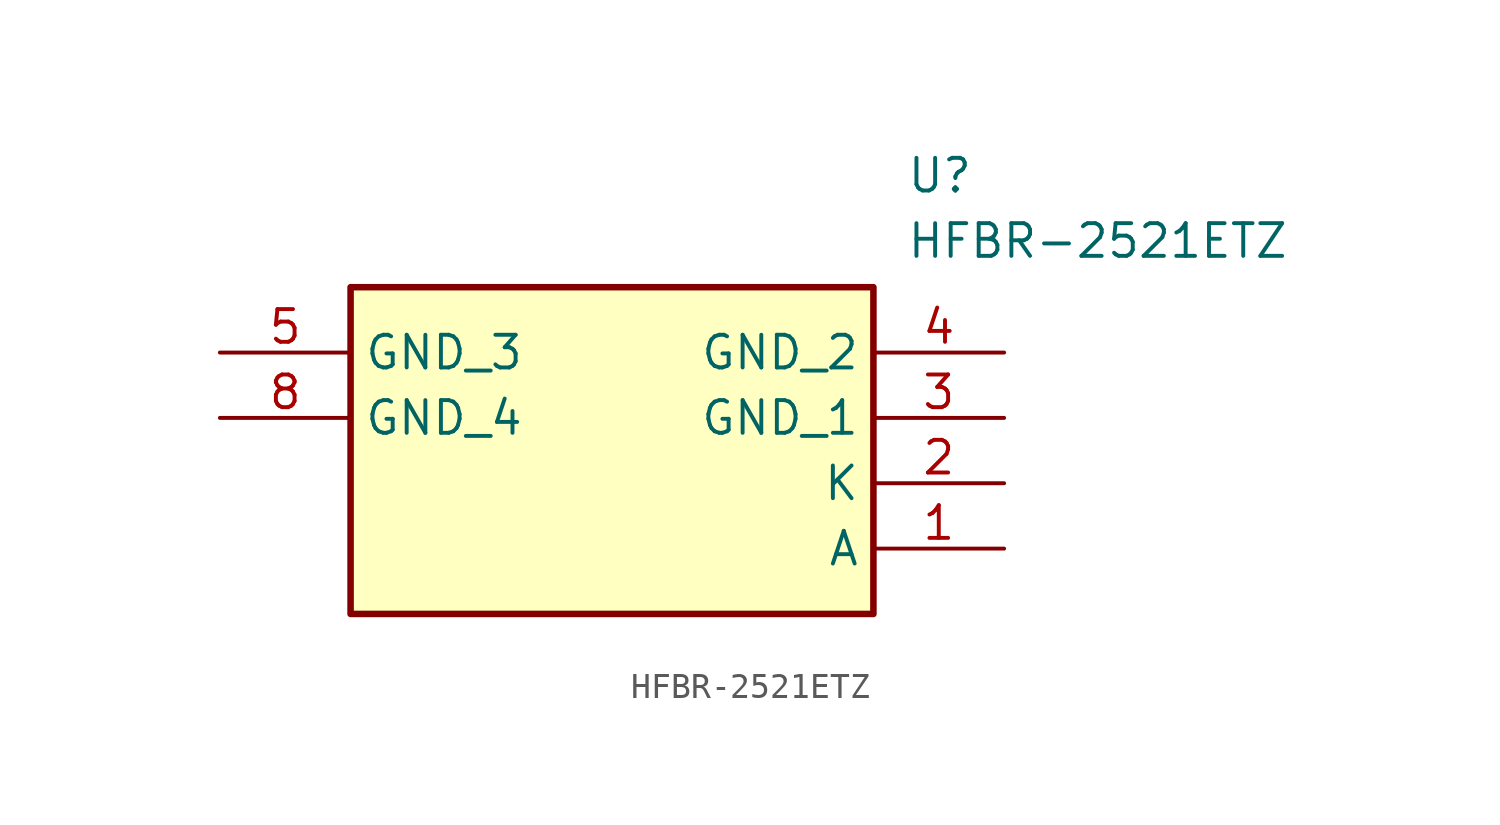
<source format=kicad_sym>
(kicad_symbol_lib
  (version 20211014)
  (generator SamacSys_ECAD_Model)
  (symbol "HFBR-2521ETZ"
    (property "Reference" "U"
      (at 26.67 7.62 0)
      (effects (font (size 1.27 1.27)) (justify left top)))
    (property "Value" "HFBR-2521ETZ"
      (at 26.67 5.08 0)
      (effects (font (size 1.27 1.27)) (justify left top)))
    (rectangle
      (start 5.08 2.54)
      (end 25.4 -10.16)
      (stroke (width 0.254) (type default))
      (fill (type background)))
    (pin passive line
      (at 30.48 -7.62 180)
      (length 5.08)
      (name "A" (effects (font (size 1.27 1.27))))
      (number "1" (effects (font (size 1.27 1.27)))))
    (pin passive line
      (at 30.48 -5.08 180)
      (length 5.08)
      (name "K" (effects (font (size 1.27 1.27))))
      (number "2" (effects (font (size 1.27 1.27)))))
    (pin passive line
      (at 30.48 -2.54 180)
      (length 5.08)
      (name "GND_1" (effects (font (size 1.27 1.27))))
      (number "3" (effects (font (size 1.27 1.27)))))
    (pin passive line
      (at 30.48 0 180)
      (length 5.08)
      (name "GND_2" (effects (font (size 1.27 1.27))))
      (number "4" (effects (font (size 1.27 1.27)))))
    (pin passive line
      (at 0 0 0)
      (length 5.08)
      (name "GND_3" (effects (font (size 1.27 1.27))))
      (number "5" (effects (font (size 1.27 1.27)))))
    (pin passive line
      (at 0 -2.54 0)
      (length 5.08)
      (name "GND_4" (effects (font (size 1.27 1.27))))
      (number "8" (effects (font (size 1.27 1.27)))))))
</source>
